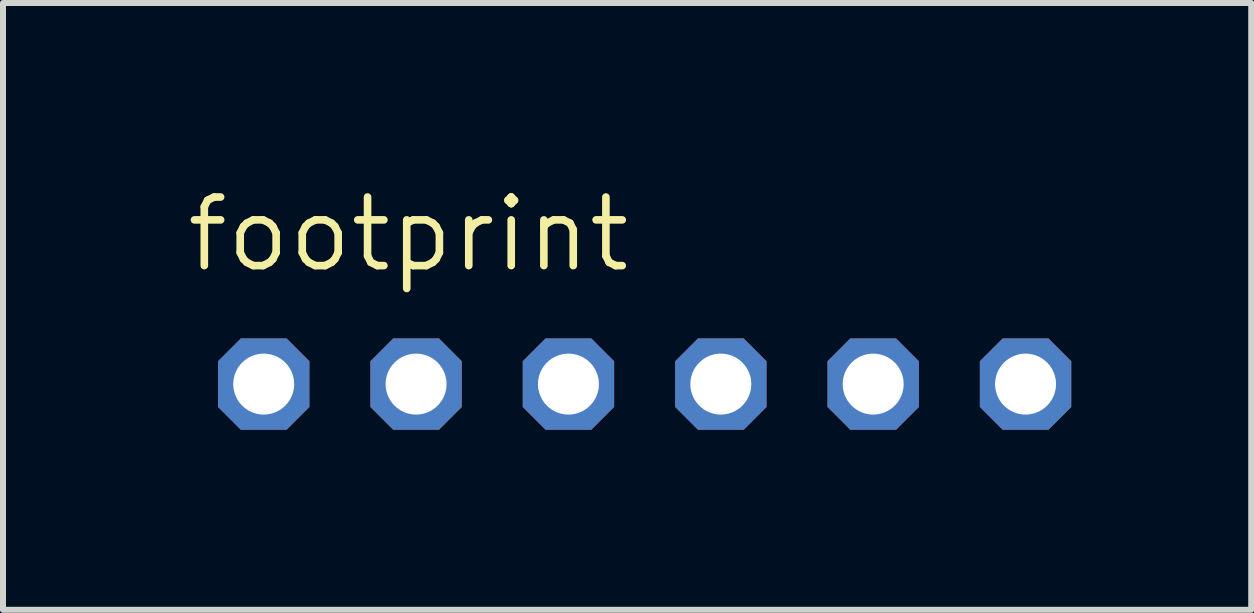
<source format=kicad_pcb>
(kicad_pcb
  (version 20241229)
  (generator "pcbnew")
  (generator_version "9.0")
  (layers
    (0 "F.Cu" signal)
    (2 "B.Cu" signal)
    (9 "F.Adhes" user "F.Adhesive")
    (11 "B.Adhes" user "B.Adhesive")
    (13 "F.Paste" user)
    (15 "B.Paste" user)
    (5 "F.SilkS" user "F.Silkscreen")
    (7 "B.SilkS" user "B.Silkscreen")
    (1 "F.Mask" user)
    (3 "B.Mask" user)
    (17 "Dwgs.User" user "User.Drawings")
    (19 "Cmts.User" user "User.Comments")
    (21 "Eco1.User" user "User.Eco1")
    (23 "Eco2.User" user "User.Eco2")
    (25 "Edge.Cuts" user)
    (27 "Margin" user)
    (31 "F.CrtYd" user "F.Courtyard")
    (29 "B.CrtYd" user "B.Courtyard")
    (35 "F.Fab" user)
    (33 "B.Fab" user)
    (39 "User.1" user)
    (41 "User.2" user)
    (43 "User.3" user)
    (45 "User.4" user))
  (footprint "footprint"
    (layer "F.Cu")
    (at 7.696 3.353)
    (property "Reference" "footprint" (at -7.696 -1.829 0) (layer "F.SilkS") (effects (font (size 1.143 1.143) (thickness 0.127)) (justify left bottom)))
    (fp_poly (pts (xy -6.604 0.254) (xy -6.096 0.254) (xy -6.096 -0.254) (xy -6.604 -0.254)) (stroke (width 0.1) (type solid)) (fill no) (layer "F.Fab"))
    (fp_poly (pts (xy -4.064 0.254) (xy -3.556 0.254) (xy -3.556 -0.254) (xy -4.064 -0.254)) (stroke (width 0.1) (type solid)) (fill no) (layer "F.Fab"))
    (fp_poly (pts (xy -1.524 0.254) (xy -1.016 0.254) (xy -1.016 -0.254) (xy -1.524 -0.254)) (stroke (width 0.1) (type solid)) (fill no) (layer "F.Fab"))
    (fp_poly (pts (xy 1.016 0.254) (xy 1.524 0.254) (xy 1.524 -0.254) (xy 1.016 -0.254)) (stroke (width 0.1) (type solid)) (fill no) (layer "F.Fab"))
    (fp_poly (pts (xy 3.556 0.254) (xy 4.064 0.254) (xy 4.064 -0.254) (xy 3.556 -0.254)) (stroke (width 0.1) (type solid)) (fill no) (layer "F.Fab"))
    (fp_poly (pts (xy 6.096 0.254) (xy 6.604 0.254) (xy 6.604 -0.254) (xy 6.096 -0.254)) (stroke (width 0.1) (type solid)) (fill no) (layer "F.Fab"))
    (pad "1" thru_hole roundrect (at -6.35 0 90) (size 1.524 1.524) (drill 1.016) (layers "*.Cu" "*.Mask") (roundrect_rratio 0.25) (chamfer_ratio 0.25) (chamfer top_left top_right bottom_left bottom_right))
    (pad "2" thru_hole roundrect (at -3.81 0 90) (size 1.524 1.524) (drill 1.016) (layers "*.Cu" "*.Mask") (roundrect_rratio 0.25) (chamfer_ratio 0.25) (chamfer top_left top_right bottom_left bottom_right))
    (pad "3" thru_hole roundrect (at -1.27 0 90) (size 1.524 1.524) (drill 1.016) (layers "*.Cu" "*.Mask") (roundrect_rratio 0.25) (chamfer_ratio 0.25) (chamfer top_left top_right bottom_left bottom_right))
    (pad "4" thru_hole roundrect (at 1.27 0 90) (size 1.524 1.524) (drill 1.016) (layers "*.Cu" "*.Mask") (roundrect_rratio 0.25) (chamfer_ratio 0.25) (chamfer top_left top_right bottom_left bottom_right))
    (pad "5" thru_hole roundrect (at 3.81 0 90) (size 1.524 1.524) (drill 1.016) (layers "*.Cu" "*.Mask") (roundrect_rratio 0.25) (chamfer_ratio 0.25) (chamfer top_left top_right bottom_left bottom_right))
    (pad "6" thru_hole roundrect (at 6.35 0 90) (size 1.524 1.524) (drill 1.016) (layers "*.Cu" "*.Mask") (roundrect_rratio 0.25) (chamfer_ratio 0.25) (chamfer top_left top_right bottom_left bottom_right)))
  (gr_rect
    (start -3 -3)
    (end 17.808 7.115)
    (stroke (width 0.1) (type default))
    (fill no)
    (layer "Edge.Cuts")))
</source>
